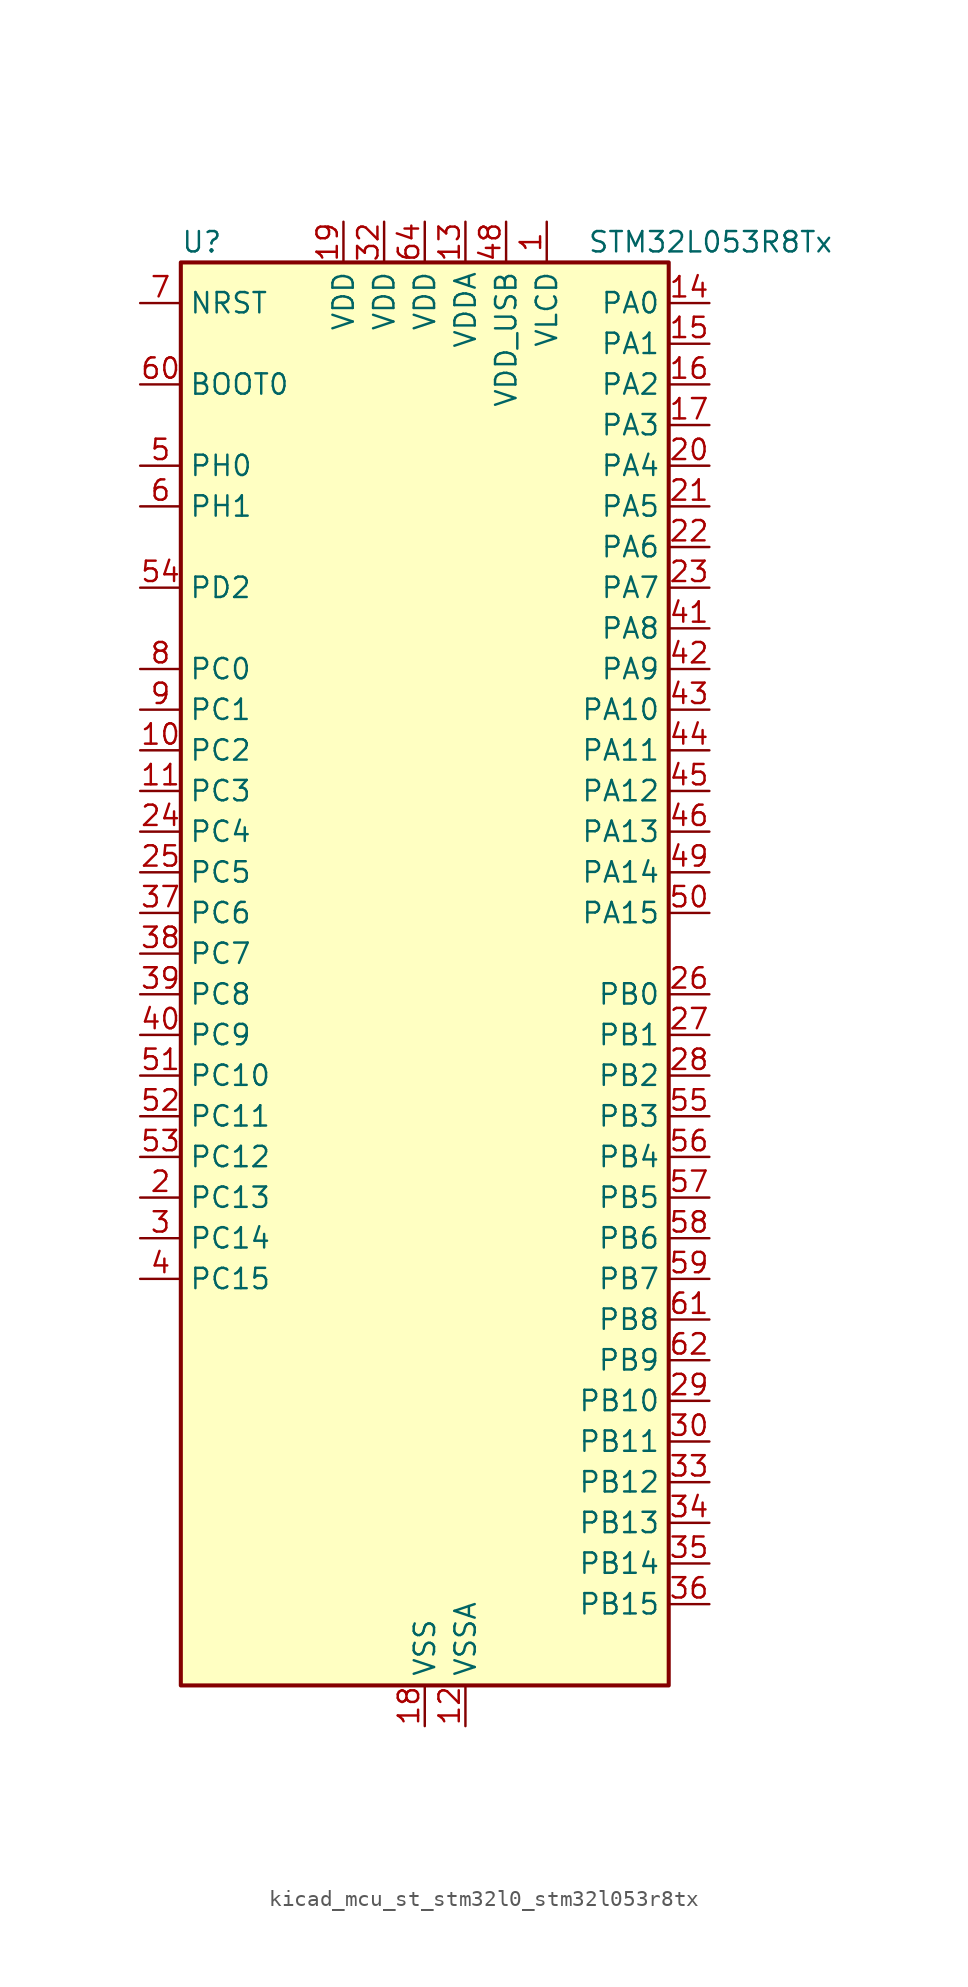
<source format=kicad_sym>
(kicad_symbol_lib
  (version 20220914)
  (generator kicad_symbol_editor)
  (symbol "kicad_mcu_st_stm32l0_stm32l053r8tx"
    (property "Reference" "U"
      (at -15.24 46.99 0)
      (effects (font (size 1.27 1.27)) (justify left)))
    (property "Value" "STM32L053R8Tx"
      (at 10.16 46.99 0)
      (effects (font (size 1.27 1.27)) (justify left)))
    (property "ki_locked" ""
      (at 0 0 0)
      (effects (font (size 1.27 1.27))))
    (symbol "kicad_mcu_st_stm32l0_stm32l053r8tx_0_1"
      (rectangle (start -15.24 -43.18) (end 15.24 45.72) (stroke (width 0.254) (type default)) (fill (type background))))
    (symbol "kicad_mcu_st_stm32l0_stm32l053r8tx_1_1"
      (pin power_in line (at 7.62 48.26 270) (length 2.54) (name "VLCD" (effects (font (size 1.27 1.27)))) (number "1" (effects (font (size 1.27 1.27)))))
      (pin bidirectional line (at -17.78 15.24 0) (length 2.54) (name "PC2" (effects (font (size 1.27 1.27)))) (number "10" (effects (font (size 1.27 1.27)))) (alternate "ADC_IN12" bidirectional line) (alternate "I2S2_MCK" bidirectional line) (alternate "LCD_SEG20" bidirectional line) (alternate "LPTIM1_IN2" bidirectional line) (alternate "SPI2_MISO" bidirectional line) (alternate "TSC_G7_IO3" bidirectional line))
      (pin bidirectional line (at -17.78 12.7 0) (length 2.54) (name "PC3" (effects (font (size 1.27 1.27)))) (number "11" (effects (font (size 1.27 1.27)))) (alternate "ADC_IN13" bidirectional line) (alternate "I2S2_SD" bidirectional line) (alternate "LCD_SEG21" bidirectional line) (alternate "LPTIM1_ETR" bidirectional line) (alternate "SPI2_MOSI" bidirectional line) (alternate "TSC_G7_IO4" bidirectional line))
      (pin power_in line (at 2.54 -45.72 90) (length 2.54) (name "VSSA" (effects (font (size 1.27 1.27)))) (number "12" (effects (font (size 1.27 1.27)))))
      (pin power_in line (at 2.54 48.26 270) (length 2.54) (name "VDDA" (effects (font (size 1.27 1.27)))) (number "13" (effects (font (size 1.27 1.27)))))
      (pin bidirectional line (at 17.78 43.18 180) (length 2.54) (name "PA0" (effects (font (size 1.27 1.27)))) (number "14" (effects (font (size 1.27 1.27)))) (alternate "ADC_IN0" bidirectional line) (alternate "COMP1_INM" bidirectional line) (alternate "COMP1_OUT" bidirectional line) (alternate "RTC_TAMP2" bidirectional line) (alternate "SYS_WKUP1" bidirectional line) (alternate "TIM2_CH1" bidirectional line) (alternate "TIM2_ETR" bidirectional line) (alternate "TSC_G1_IO1" bidirectional line) (alternate "USART2_CTS" bidirectional line))
      (pin bidirectional line (at 17.78 40.64 180) (length 2.54) (name "PA1" (effects (font (size 1.27 1.27)))) (number "15" (effects (font (size 1.27 1.27)))) (alternate "ADC_IN1" bidirectional line) (alternate "COMP1_INP" bidirectional line) (alternate "LCD_SEG0" bidirectional line) (alternate "TIM21_ETR" bidirectional line) (alternate "TIM2_CH2" bidirectional line) (alternate "TSC_G1_IO2" bidirectional line) (alternate "USART2_DE" bidirectional line) (alternate "USART2_RTS" bidirectional line))
      (pin bidirectional line (at 17.78 38.1 180) (length 2.54) (name "PA2" (effects (font (size 1.27 1.27)))) (number "16" (effects (font (size 1.27 1.27)))) (alternate "ADC_IN2" bidirectional line) (alternate "COMP2_INM" bidirectional line) (alternate "COMP2_OUT" bidirectional line) (alternate "LCD_SEG1" bidirectional line) (alternate "TIM21_CH1" bidirectional line) (alternate "TIM2_CH3" bidirectional line) (alternate "TSC_G1_IO3" bidirectional line) (alternate "USART2_TX" bidirectional line))
      (pin bidirectional line (at 17.78 35.56 180) (length 2.54) (name "PA3" (effects (font (size 1.27 1.27)))) (number "17" (effects (font (size 1.27 1.27)))) (alternate "ADC_IN3" bidirectional line) (alternate "COMP2_INP" bidirectional line) (alternate "LCD_SEG2" bidirectional line) (alternate "TIM21_CH2" bidirectional line) (alternate "TIM2_CH4" bidirectional line) (alternate "TSC_G1_IO4" bidirectional line) (alternate "USART2_RX" bidirectional line))
      (pin power_in line (at 0 -45.72 90) (length 2.54) (name "VSS" (effects (font (size 1.27 1.27)))) (number "18" (effects (font (size 1.27 1.27)))))
      (pin power_in line (at -5.08 48.26 270) (length 2.54) (name "VDD" (effects (font (size 1.27 1.27)))) (number "19" (effects (font (size 1.27 1.27)))))
      (pin bidirectional line (at -17.78 -12.7 0) (length 2.54) (name "PC13" (effects (font (size 1.27 1.27)))) (number "2" (effects (font (size 1.27 1.27)))) (alternate "RTC_OUT_ALARM" bidirectional line) (alternate "RTC_OUT_CALIB" bidirectional line) (alternate "RTC_TAMP1" bidirectional line) (alternate "RTC_TS" bidirectional line) (alternate "SYS_WKUP2" bidirectional line))
      (pin bidirectional line (at 17.78 33.02 180) (length 2.54) (name "PA4" (effects (font (size 1.27 1.27)))) (number "20" (effects (font (size 1.27 1.27)))) (alternate "ADC_IN4" bidirectional line) (alternate "COMP1_INM" bidirectional line) (alternate "COMP2_INM" bidirectional line) (alternate "DAC_OUT1" bidirectional line) (alternate "SPI1_NSS" bidirectional line) (alternate "TIM22_ETR" bidirectional line) (alternate "TSC_G2_IO1" bidirectional line) (alternate "USART2_CK" bidirectional line))
      (pin bidirectional line (at 17.78 30.48 180) (length 2.54) (name "PA5" (effects (font (size 1.27 1.27)))) (number "21" (effects (font (size 1.27 1.27)))) (alternate "ADC_IN5" bidirectional line) (alternate "COMP1_INM" bidirectional line) (alternate "COMP2_INM" bidirectional line) (alternate "SPI1_SCK" bidirectional line) (alternate "TIM2_CH1" bidirectional line) (alternate "TIM2_ETR" bidirectional line) (alternate "TSC_G2_IO2" bidirectional line))
      (pin bidirectional line (at 17.78 27.94 180) (length 2.54) (name "PA6" (effects (font (size 1.27 1.27)))) (number "22" (effects (font (size 1.27 1.27)))) (alternate "ADC_IN6" bidirectional line) (alternate "COMP1_OUT" bidirectional line) (alternate "LCD_SEG3" bidirectional line) (alternate "LPUART1_CTS" bidirectional line) (alternate "SPI1_MISO" bidirectional line) (alternate "TIM22_CH1" bidirectional line) (alternate "TSC_G2_IO3" bidirectional line))
      (pin bidirectional line (at 17.78 25.4 180) (length 2.54) (name "PA7" (effects (font (size 1.27 1.27)))) (number "23" (effects (font (size 1.27 1.27)))) (alternate "ADC_IN7" bidirectional line) (alternate "COMP2_OUT" bidirectional line) (alternate "LCD_SEG4" bidirectional line) (alternate "SPI1_MOSI" bidirectional line) (alternate "TIM22_CH2" bidirectional line) (alternate "TSC_G2_IO4" bidirectional line))
      (pin bidirectional line (at -17.78 10.16 0) (length 2.54) (name "PC4" (effects (font (size 1.27 1.27)))) (number "24" (effects (font (size 1.27 1.27)))) (alternate "ADC_IN14" bidirectional line) (alternate "LCD_SEG22" bidirectional line) (alternate "LPUART1_TX" bidirectional line))
      (pin bidirectional line (at -17.78 7.62 0) (length 2.54) (name "PC5" (effects (font (size 1.27 1.27)))) (number "25" (effects (font (size 1.27 1.27)))) (alternate "ADC_IN15" bidirectional line) (alternate "LCD_SEG23" bidirectional line) (alternate "LPUART1_RX" bidirectional line) (alternate "TSC_G3_IO1" bidirectional line))
      (pin bidirectional line (at 17.78 0 180) (length 2.54) (name "PB0" (effects (font (size 1.27 1.27)))) (number "26" (effects (font (size 1.27 1.27)))) (alternate "ADC_IN8" bidirectional line) (alternate "LCD_SEG5" bidirectional line) (alternate "LCD_VLCD3" bidirectional line) (alternate "SYS_VREF_OUT_PB0" bidirectional line) (alternate "TSC_G3_IO2" bidirectional line))
      (pin bidirectional line (at 17.78 -2.54 180) (length 2.54) (name "PB1" (effects (font (size 1.27 1.27)))) (number "27" (effects (font (size 1.27 1.27)))) (alternate "ADC_IN9" bidirectional line) (alternate "LCD_SEG6" bidirectional line) (alternate "LPUART1_DE" bidirectional line) (alternate "LPUART1_RTS" bidirectional line) (alternate "SYS_VREF_OUT_PB1" bidirectional line) (alternate "TSC_G3_IO3" bidirectional line))
      (pin bidirectional line (at 17.78 -5.08 180) (length 2.54) (name "PB2" (effects (font (size 1.27 1.27)))) (number "28" (effects (font (size 1.27 1.27)))) (alternate "LCD_VLCD1" bidirectional line) (alternate "LPTIM1_OUT" bidirectional line) (alternate "TSC_G3_IO4" bidirectional line))
      (pin bidirectional line (at 17.78 -25.4 180) (length 2.54) (name "PB10" (effects (font (size 1.27 1.27)))) (number "29" (effects (font (size 1.27 1.27)))) (alternate "I2C2_SCL" bidirectional line) (alternate "LCD_SEG10" bidirectional line) (alternate "LPUART1_TX" bidirectional line) (alternate "SPI2_SCK" bidirectional line) (alternate "TIM2_CH3" bidirectional line) (alternate "TSC_SYNC" bidirectional line))
      (pin bidirectional line (at -17.78 -15.24 0) (length 2.54) (name "PC14" (effects (font (size 1.27 1.27)))) (number "3" (effects (font (size 1.27 1.27)))) (alternate "RCC_OSC32_IN" bidirectional line))
      (pin bidirectional line (at 17.78 -27.94 180) (length 2.54) (name "PB11" (effects (font (size 1.27 1.27)))) (number "30" (effects (font (size 1.27 1.27)))) (alternate "ADC_EXTI11" bidirectional line) (alternate "I2C2_SDA" bidirectional line) (alternate "LCD_SEG11" bidirectional line) (alternate "LPUART1_RX" bidirectional line) (alternate "TIM2_CH4" bidirectional line) (alternate "TSC_G6_IO1" bidirectional line))
      (pin passive line (at 0 -45.72 90) (length 2.54) hide (name "VSS" (effects (font (size 1.27 1.27)))) (number "31" (effects (font (size 1.27 1.27)))))
      (pin power_in line (at -2.54 48.26 270) (length 2.54) (name "VDD" (effects (font (size 1.27 1.27)))) (number "32" (effects (font (size 1.27 1.27)))))
      (pin bidirectional line (at 17.78 -30.48 180) (length 2.54) (name "PB12" (effects (font (size 1.27 1.27)))) (number "33" (effects (font (size 1.27 1.27)))) (alternate "I2S2_WS" bidirectional line) (alternate "LCD_SEG12" bidirectional line) (alternate "LCD_VLCD2" bidirectional line) (alternate "LPUART1_DE" bidirectional line) (alternate "LPUART1_RTS" bidirectional line) (alternate "SPI2_NSS" bidirectional line) (alternate "TSC_G6_IO2" bidirectional line))
      (pin bidirectional line (at 17.78 -33.02 180) (length 2.54) (name "PB13" (effects (font (size 1.27 1.27)))) (number "34" (effects (font (size 1.27 1.27)))) (alternate "I2C2_SCL" bidirectional line) (alternate "I2S2_CK" bidirectional line) (alternate "LCD_SEG13" bidirectional line) (alternate "LPUART1_CTS" bidirectional line) (alternate "SPI2_SCK" bidirectional line) (alternate "TIM21_CH1" bidirectional line) (alternate "TSC_G6_IO3" bidirectional line))
      (pin bidirectional line (at 17.78 -35.56 180) (length 2.54) (name "PB14" (effects (font (size 1.27 1.27)))) (number "35" (effects (font (size 1.27 1.27)))) (alternate "I2C2_SDA" bidirectional line) (alternate "I2S2_MCK" bidirectional line) (alternate "LCD_SEG14" bidirectional line) (alternate "LPUART1_DE" bidirectional line) (alternate "LPUART1_RTS" bidirectional line) (alternate "RTC_OUT_ALARM" bidirectional line) (alternate "RTC_OUT_CALIB" bidirectional line) (alternate "SPI2_MISO" bidirectional line) (alternate "TIM21_CH2" bidirectional line) (alternate "TSC_G6_IO4" bidirectional line))
      (pin bidirectional line (at 17.78 -38.1 180) (length 2.54) (name "PB15" (effects (font (size 1.27 1.27)))) (number "36" (effects (font (size 1.27 1.27)))) (alternate "I2S2_SD" bidirectional line) (alternate "LCD_SEG15" bidirectional line) (alternate "RTC_REFIN" bidirectional line) (alternate "SPI2_MOSI" bidirectional line))
      (pin bidirectional line (at -17.78 5.08 0) (length 2.54) (name "PC6" (effects (font (size 1.27 1.27)))) (number "37" (effects (font (size 1.27 1.27)))) (alternate "LCD_SEG24" bidirectional line) (alternate "TIM22_CH1" bidirectional line) (alternate "TSC_G8_IO1" bidirectional line))
      (pin bidirectional line (at -17.78 2.54 0) (length 2.54) (name "PC7" (effects (font (size 1.27 1.27)))) (number "38" (effects (font (size 1.27 1.27)))) (alternate "LCD_SEG25" bidirectional line) (alternate "TIM22_CH2" bidirectional line) (alternate "TSC_G8_IO2" bidirectional line))
      (pin bidirectional line (at -17.78 0 0) (length 2.54) (name "PC8" (effects (font (size 1.27 1.27)))) (number "39" (effects (font (size 1.27 1.27)))) (alternate "LCD_SEG26" bidirectional line) (alternate "TIM22_ETR" bidirectional line) (alternate "TSC_G8_IO3" bidirectional line))
      (pin bidirectional line (at -17.78 -17.78 0) (length 2.54) (name "PC15" (effects (font (size 1.27 1.27)))) (number "4" (effects (font (size 1.27 1.27)))) (alternate "RCC_OSC32_OUT" bidirectional line))
      (pin bidirectional line (at -17.78 -2.54 0) (length 2.54) (name "PC9" (effects (font (size 1.27 1.27)))) (number "40" (effects (font (size 1.27 1.27)))) (alternate "DAC_EXTI9" bidirectional line) (alternate "LCD_SEG27" bidirectional line) (alternate "TIM21_ETR" bidirectional line) (alternate "TSC_G8_IO4" bidirectional line) (alternate "USB_NOE" bidirectional line))
      (pin bidirectional line (at 17.78 22.86 180) (length 2.54) (name "PA8" (effects (font (size 1.27 1.27)))) (number "41" (effects (font (size 1.27 1.27)))) (alternate "CRS_SYNC" bidirectional line) (alternate "LCD_COM0" bidirectional line) (alternate "RCC_MCO" bidirectional line) (alternate "USART1_CK" bidirectional line))
      (pin bidirectional line (at 17.78 20.32 180) (length 2.54) (name "PA9" (effects (font (size 1.27 1.27)))) (number "42" (effects (font (size 1.27 1.27)))) (alternate "DAC_EXTI9" bidirectional line) (alternate "LCD_COM1" bidirectional line) (alternate "RCC_MCO" bidirectional line) (alternate "TSC_G4_IO1" bidirectional line) (alternate "USART1_TX" bidirectional line))
      (pin bidirectional line (at 17.78 17.78 180) (length 2.54) (name "PA10" (effects (font (size 1.27 1.27)))) (number "43" (effects (font (size 1.27 1.27)))) (alternate "LCD_COM2" bidirectional line) (alternate "TSC_G4_IO2" bidirectional line) (alternate "USART1_RX" bidirectional line))
      (pin bidirectional line (at 17.78 15.24 180) (length 2.54) (name "PA11" (effects (font (size 1.27 1.27)))) (number "44" (effects (font (size 1.27 1.27)))) (alternate "ADC_EXTI11" bidirectional line) (alternate "COMP1_OUT" bidirectional line) (alternate "SPI1_MISO" bidirectional line) (alternate "TSC_G4_IO3" bidirectional line) (alternate "USART1_CTS" bidirectional line) (alternate "USB_DM" bidirectional line))
      (pin bidirectional line (at 17.78 12.7 180) (length 2.54) (name "PA12" (effects (font (size 1.27 1.27)))) (number "45" (effects (font (size 1.27 1.27)))) (alternate "COMP2_OUT" bidirectional line) (alternate "SPI1_MOSI" bidirectional line) (alternate "TSC_G4_IO4" bidirectional line) (alternate "USART1_DE" bidirectional line) (alternate "USART1_RTS" bidirectional line) (alternate "USB_DP" bidirectional line))
      (pin bidirectional line (at 17.78 10.16 180) (length 2.54) (name "PA13" (effects (font (size 1.27 1.27)))) (number "46" (effects (font (size 1.27 1.27)))) (alternate "SYS_SWDIO" bidirectional line) (alternate "USB_NOE" bidirectional line))
      (pin passive line (at 0 -45.72 90) (length 2.54) hide (name "VSS" (effects (font (size 1.27 1.27)))) (number "47" (effects (font (size 1.27 1.27)))))
      (pin power_in line (at 5.08 48.26 270) (length 2.54) (name "VDD_USB" (effects (font (size 1.27 1.27)))) (number "48" (effects (font (size 1.27 1.27)))))
      (pin bidirectional line (at 17.78 7.62 180) (length 2.54) (name "PA14" (effects (font (size 1.27 1.27)))) (number "49" (effects (font (size 1.27 1.27)))) (alternate "SYS_SWCLK" bidirectional line) (alternate "USART2_TX" bidirectional line))
      (pin bidirectional line (at -17.78 33.02 0) (length 2.54) (name "PH0" (effects (font (size 1.27 1.27)))) (number "5" (effects (font (size 1.27 1.27)))) (alternate "CRS_SYNC" bidirectional line) (alternate "RCC_OSC_IN" bidirectional line))
      (pin bidirectional line (at 17.78 5.08 180) (length 2.54) (name "PA15" (effects (font (size 1.27 1.27)))) (number "50" (effects (font (size 1.27 1.27)))) (alternate "LCD_SEG17" bidirectional line) (alternate "SPI1_NSS" bidirectional line) (alternate "TIM2_CH1" bidirectional line) (alternate "TIM2_ETR" bidirectional line) (alternate "USART2_RX" bidirectional line))
      (pin bidirectional line (at -17.78 -5.08 0) (length 2.54) (name "PC10" (effects (font (size 1.27 1.27)))) (number "51" (effects (font (size 1.27 1.27)))) (alternate "LCD_COM4" bidirectional line) (alternate "LCD_SEG28" bidirectional line) (alternate "LPUART1_TX" bidirectional line))
      (pin bidirectional line (at -17.78 -7.62 0) (length 2.54) (name "PC11" (effects (font (size 1.27 1.27)))) (number "52" (effects (font (size 1.27 1.27)))) (alternate "ADC_EXTI11" bidirectional line) (alternate "LCD_COM5" bidirectional line) (alternate "LCD_SEG29" bidirectional line) (alternate "LPUART1_RX" bidirectional line))
      (pin bidirectional line (at -17.78 -10.16 0) (length 2.54) (name "PC12" (effects (font (size 1.27 1.27)))) (number "53" (effects (font (size 1.27 1.27)))) (alternate "LCD_COM6" bidirectional line) (alternate "LCD_SEG30" bidirectional line))
      (pin bidirectional line (at -17.78 25.4 0) (length 2.54) (name "PD2" (effects (font (size 1.27 1.27)))) (number "54" (effects (font (size 1.27 1.27)))) (alternate "LCD_COM7" bidirectional line) (alternate "LCD_SEG31" bidirectional line) (alternate "LPUART1_DE" bidirectional line) (alternate "LPUART1_RTS" bidirectional line))
      (pin bidirectional line (at 17.78 -7.62 180) (length 2.54) (name "PB3" (effects (font (size 1.27 1.27)))) (number "55" (effects (font (size 1.27 1.27)))) (alternate "COMP2_INM" bidirectional line) (alternate "LCD_SEG7" bidirectional line) (alternate "SPI1_SCK" bidirectional line) (alternate "TIM2_CH2" bidirectional line) (alternate "TSC_G5_IO1" bidirectional line))
      (pin bidirectional line (at 17.78 -10.16 180) (length 2.54) (name "PB4" (effects (font (size 1.27 1.27)))) (number "56" (effects (font (size 1.27 1.27)))) (alternate "COMP2_INP" bidirectional line) (alternate "LCD_SEG8" bidirectional line) (alternate "SPI1_MISO" bidirectional line) (alternate "TIM22_CH1" bidirectional line) (alternate "TSC_G5_IO2" bidirectional line))
      (pin bidirectional line (at 17.78 -12.7 180) (length 2.54) (name "PB5" (effects (font (size 1.27 1.27)))) (number "57" (effects (font (size 1.27 1.27)))) (alternate "COMP2_INP" bidirectional line) (alternate "I2C1_SMBA" bidirectional line) (alternate "LCD_SEG9" bidirectional line) (alternate "LPTIM1_IN1" bidirectional line) (alternate "SPI1_MOSI" bidirectional line) (alternate "TIM22_CH2" bidirectional line))
      (pin bidirectional line (at 17.78 -15.24 180) (length 2.54) (name "PB6" (effects (font (size 1.27 1.27)))) (number "58" (effects (font (size 1.27 1.27)))) (alternate "COMP2_INP" bidirectional line) (alternate "I2C1_SCL" bidirectional line) (alternate "LPTIM1_ETR" bidirectional line) (alternate "TSC_G5_IO3" bidirectional line) (alternate "USART1_TX" bidirectional line))
      (pin bidirectional line (at 17.78 -17.78 180) (length 2.54) (name "PB7" (effects (font (size 1.27 1.27)))) (number "59" (effects (font (size 1.27 1.27)))) (alternate "COMP2_INP" bidirectional line) (alternate "I2C1_SDA" bidirectional line) (alternate "LPTIM1_IN2" bidirectional line) (alternate "SYS_PVD_IN" bidirectional line) (alternate "TSC_G5_IO4" bidirectional line) (alternate "USART1_RX" bidirectional line))
      (pin bidirectional line (at -17.78 30.48 0) (length 2.54) (name "PH1" (effects (font (size 1.27 1.27)))) (number "6" (effects (font (size 1.27 1.27)))) (alternate "RCC_OSC_OUT" bidirectional line))
      (pin input line (at -17.78 38.1 0) (length 2.54) (name "BOOT0" (effects (font (size 1.27 1.27)))) (number "60" (effects (font (size 1.27 1.27)))))
      (pin bidirectional line (at 17.78 -20.32 180) (length 2.54) (name "PB8" (effects (font (size 1.27 1.27)))) (number "61" (effects (font (size 1.27 1.27)))) (alternate "I2C1_SCL" bidirectional line) (alternate "LCD_SEG16" bidirectional line) (alternate "TSC_SYNC" bidirectional line))
      (pin bidirectional line (at 17.78 -22.86 180) (length 2.54) (name "PB9" (effects (font (size 1.27 1.27)))) (number "62" (effects (font (size 1.27 1.27)))) (alternate "DAC_EXTI9" bidirectional line) (alternate "I2C1_SDA" bidirectional line) (alternate "I2S2_WS" bidirectional line) (alternate "LCD_COM3" bidirectional line) (alternate "SPI2_NSS" bidirectional line))
      (pin passive line (at 0 -45.72 90) (length 2.54) hide (name "VSS" (effects (font (size 1.27 1.27)))) (number "63" (effects (font (size 1.27 1.27)))))
      (pin power_in line (at 0 48.26 270) (length 2.54) (name "VDD" (effects (font (size 1.27 1.27)))) (number "64" (effects (font (size 1.27 1.27)))))
      (pin input line (at -17.78 43.18 0) (length 2.54) (name "NRST" (effects (font (size 1.27 1.27)))) (number "7" (effects (font (size 1.27 1.27)))))
      (pin bidirectional line (at -17.78 20.32 0) (length 2.54) (name "PC0" (effects (font (size 1.27 1.27)))) (number "8" (effects (font (size 1.27 1.27)))) (alternate "ADC_IN10" bidirectional line) (alternate "LCD_SEG18" bidirectional line) (alternate "LPTIM1_IN1" bidirectional line) (alternate "TSC_G7_IO1" bidirectional line))
      (pin bidirectional line (at -17.78 17.78 0) (length 2.54) (name "PC1" (effects (font (size 1.27 1.27)))) (number "9" (effects (font (size 1.27 1.27)))) (alternate "ADC_IN11" bidirectional line) (alternate "LCD_SEG19" bidirectional line) (alternate "LPTIM1_OUT" bidirectional line) (alternate "TSC_G7_IO2" bidirectional line)))))
</source>
